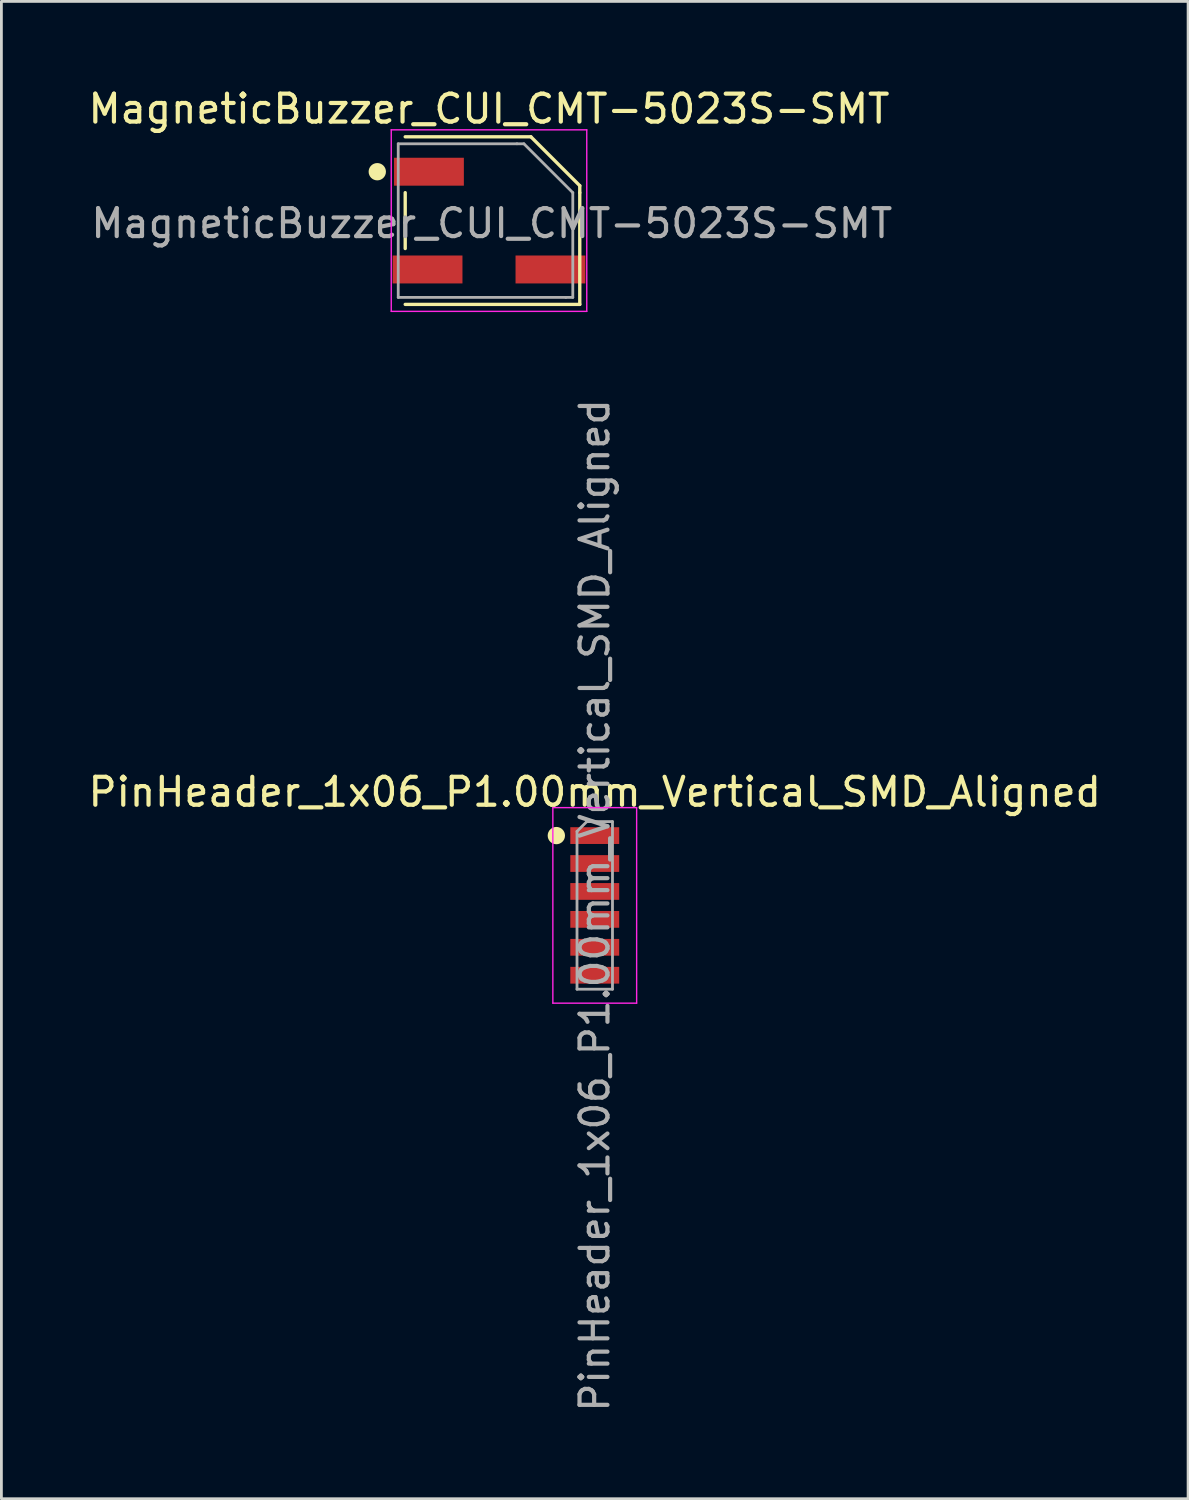
<source format=kicad_pcb>
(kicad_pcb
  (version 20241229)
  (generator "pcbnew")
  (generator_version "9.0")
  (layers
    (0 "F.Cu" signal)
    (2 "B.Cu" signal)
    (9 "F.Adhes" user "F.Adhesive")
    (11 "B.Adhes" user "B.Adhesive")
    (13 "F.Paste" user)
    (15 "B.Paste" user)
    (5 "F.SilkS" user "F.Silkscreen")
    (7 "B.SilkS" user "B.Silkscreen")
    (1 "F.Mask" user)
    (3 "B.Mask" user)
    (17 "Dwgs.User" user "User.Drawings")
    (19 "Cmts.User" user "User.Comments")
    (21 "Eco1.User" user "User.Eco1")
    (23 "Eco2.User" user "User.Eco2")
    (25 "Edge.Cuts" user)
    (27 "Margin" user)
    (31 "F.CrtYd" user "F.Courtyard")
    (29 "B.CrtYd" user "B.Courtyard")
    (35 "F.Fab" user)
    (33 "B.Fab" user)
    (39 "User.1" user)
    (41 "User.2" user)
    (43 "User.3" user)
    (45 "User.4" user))
  (footprint "PinHeader_1x06_P1.00mm_Vertical_SMD_Aligned"
    (layer "F.Cu")
    (at 18.244 29.367)
    (property "Reference" "PinHeader_1x06_P1.00mm_Vertical_SMD_Aligned" (at 0 -4.06 0) (layer "F.SilkS") (effects (font (size 1 1) (thickness 0.15))))
    (attr smd)
    (fp_circle (center -1.375 -2.5) (end -1.125 -2.5) (stroke (width 0.12) (type solid)) (fill yes) (layer "F.SilkS"))
    (fp_line (start -1.5 -3.5) (end -1.5 3.5) (stroke (width 0.05) (type solid)) (layer "F.CrtYd"))
    (fp_line (start -1.5 3.5) (end 1.5 3.5) (stroke (width 0.05) (type solid)) (layer "F.CrtYd"))
    (fp_line (start 1.5 -3.5) (end -1.5 -3.5) (stroke (width 0.05) (type solid)) (layer "F.CrtYd"))
    (fp_line (start 1.5 3.5) (end 1.5 -3.5) (stroke (width 0.05) (type solid)) (layer "F.CrtYd"))
    (fp_line (start -0.635 -2.65) (end -0.285 -3) (stroke (width 0.1) (type solid)) (layer "F.Fab"))
    (fp_line (start -0.635 3) (end -0.635 -2.65) (stroke (width 0.1) (type solid)) (layer "F.Fab"))
    (fp_line (start -0.285 -3) (end 0.635 -3) (stroke (width 0.1) (type solid)) (layer "F.Fab"))
    (fp_line (start 0.635 -3) (end 0.635 3) (stroke (width 0.1) (type solid)) (layer "F.Fab"))
    (fp_line (start 0.635 3) (end -0.635 3) (stroke (width 0.1) (type solid)) (layer "F.Fab"))
    (fp_text user "${REFERENCE}" (at 0 0 90) (layer "F.Fab") (effects (font (size 1 1) (thickness 0.15))))
    (pad "1" smd rect (at 0 -2.5) (size 1.75 0.6) (layers "F.Cu" "F.Mask" "F.Paste"))
    (pad "2" smd rect (at 0 -1.5) (size 1.75 0.6) (layers "F.Cu" "F.Mask" "F.Paste"))
    (pad "3" smd rect (at 0 -0.5) (size 1.75 0.6) (layers "F.Cu" "F.Mask" "F.Paste"))
    (pad "4" smd rect (at 0 0.5) (size 1.75 0.6) (layers "F.Cu" "F.Mask" "F.Paste"))
    (pad "5" smd rect (at 0 1.5) (size 1.75 0.6) (layers "F.Cu" "F.Mask" "F.Paste"))
    (pad "6" smd rect (at 0 2.5) (size 1.75 0.6) (layers "F.Cu" "F.Mask" "F.Paste")))
  (footprint "MagneticBuzzer_CUI_CMT-5023S-SMT"
    (layer "F.Cu")
    (at 14.458 4.848)
    (property "Reference" "MagneticBuzzer_CUI_CMT-5023S-SMT" (at 0 -4 0) (layer "F.SilkS") (effects (font (size 1 1) (thickness 0.15))))
    (attr smd)
    (fp_line (start -3 -1) (end -3 1) (stroke (width 0.12) (type default)) (layer "F.SilkS"))
    (fp_line (start -3 3) (end 3.25 3) (stroke (width 0.12) (type default)) (layer "F.SilkS"))
    (fp_line (start 1.5 -3) (end -3 -3) (stroke (width 0.12) (type solid)) (layer "F.SilkS"))
    (fp_line (start 1.5 -3) (end 3.25 -1.25) (stroke (width 0.12) (type solid)) (layer "F.SilkS"))
    (fp_line (start 3.25 -1.25) (end 3.25 -1) (stroke (width 0.12) (type default)) (layer "F.SilkS"))
    (fp_line (start 3.25 3) (end 3.25 -1) (stroke (width 0.12) (type solid)) (layer "F.SilkS"))
    (fp_circle (center -4 -1.75) (end -3.75 -1.75) (stroke (width 0.12) (type solid)) (fill yes) (layer "F.SilkS"))
    (fp_line (start -3.5 -3.25) (end 3.5 -3.25) (stroke (width 0.05) (type solid)) (layer "F.CrtYd"))
    (fp_line (start -3.5 3.25) (end -3.5 -3.25) (stroke (width 0.05) (type solid)) (layer "F.CrtYd"))
    (fp_line (start 3.5 -3.25) (end 3.5 3.25) (stroke (width 0.05) (type solid)) (layer "F.CrtYd"))
    (fp_line (start 3.5 3.25) (end -3.5 3.25) (stroke (width 0.05) (type solid)) (layer "F.CrtYd"))
    (fp_line (start -3.25 -2.75) (end -3.25 2.75) (stroke (width 0.1) (type default)) (layer "F.Fab"))
    (fp_line (start -3.25 -2.75) (end 1 -2.75) (stroke (width 0.1) (type solid)) (layer "F.Fab"))
    (fp_line (start 1 -2.75) (end 1.25 -2.75) (stroke (width 0.1) (type default)) (layer "F.Fab"))
    (fp_line (start 2.75 2.75) (end -3.25 2.75) (stroke (width 0.1) (type solid)) (layer "F.Fab"))
    (fp_line (start 2.75 2.75) (end 3 2.75) (stroke (width 0.1) (type default)) (layer "F.Fab"))
    (fp_line (start 3 -1) (end 1.25 -2.75) (stroke (width 0.1) (type default)) (layer "F.Fab"))
    (fp_line (start 3 2.75) (end 3 -1) (stroke (width 0.1) (type default)) (layer "F.Fab"))
    (fp_text user "${REFERENCE}" (at 0.1 0.1 0) (layer "F.Fab") (effects (font (size 1 1) (thickness 0.15))))
    (pad "1" smd rect (at -2.15 -1.75) (size 2.5 1) (layers "F.Cu" "F.Mask" "F.Paste"))
    (pad "2" smd rect (at -2.2 1.75) (size 2.5 1) (layers "F.Cu" "F.Mask" "F.Paste"))
    (pad "3" smd rect (at 2.2 1.75) (size 2.5 1) (layers "F.Cu" "F.Mask" "F.Paste")))
  (gr_rect
    (start -3 -3)
    (end 39.488 50.611)
    (stroke (width 0.1) (type default))
    (fill no)
    (layer "Edge.Cuts")))
</source>
